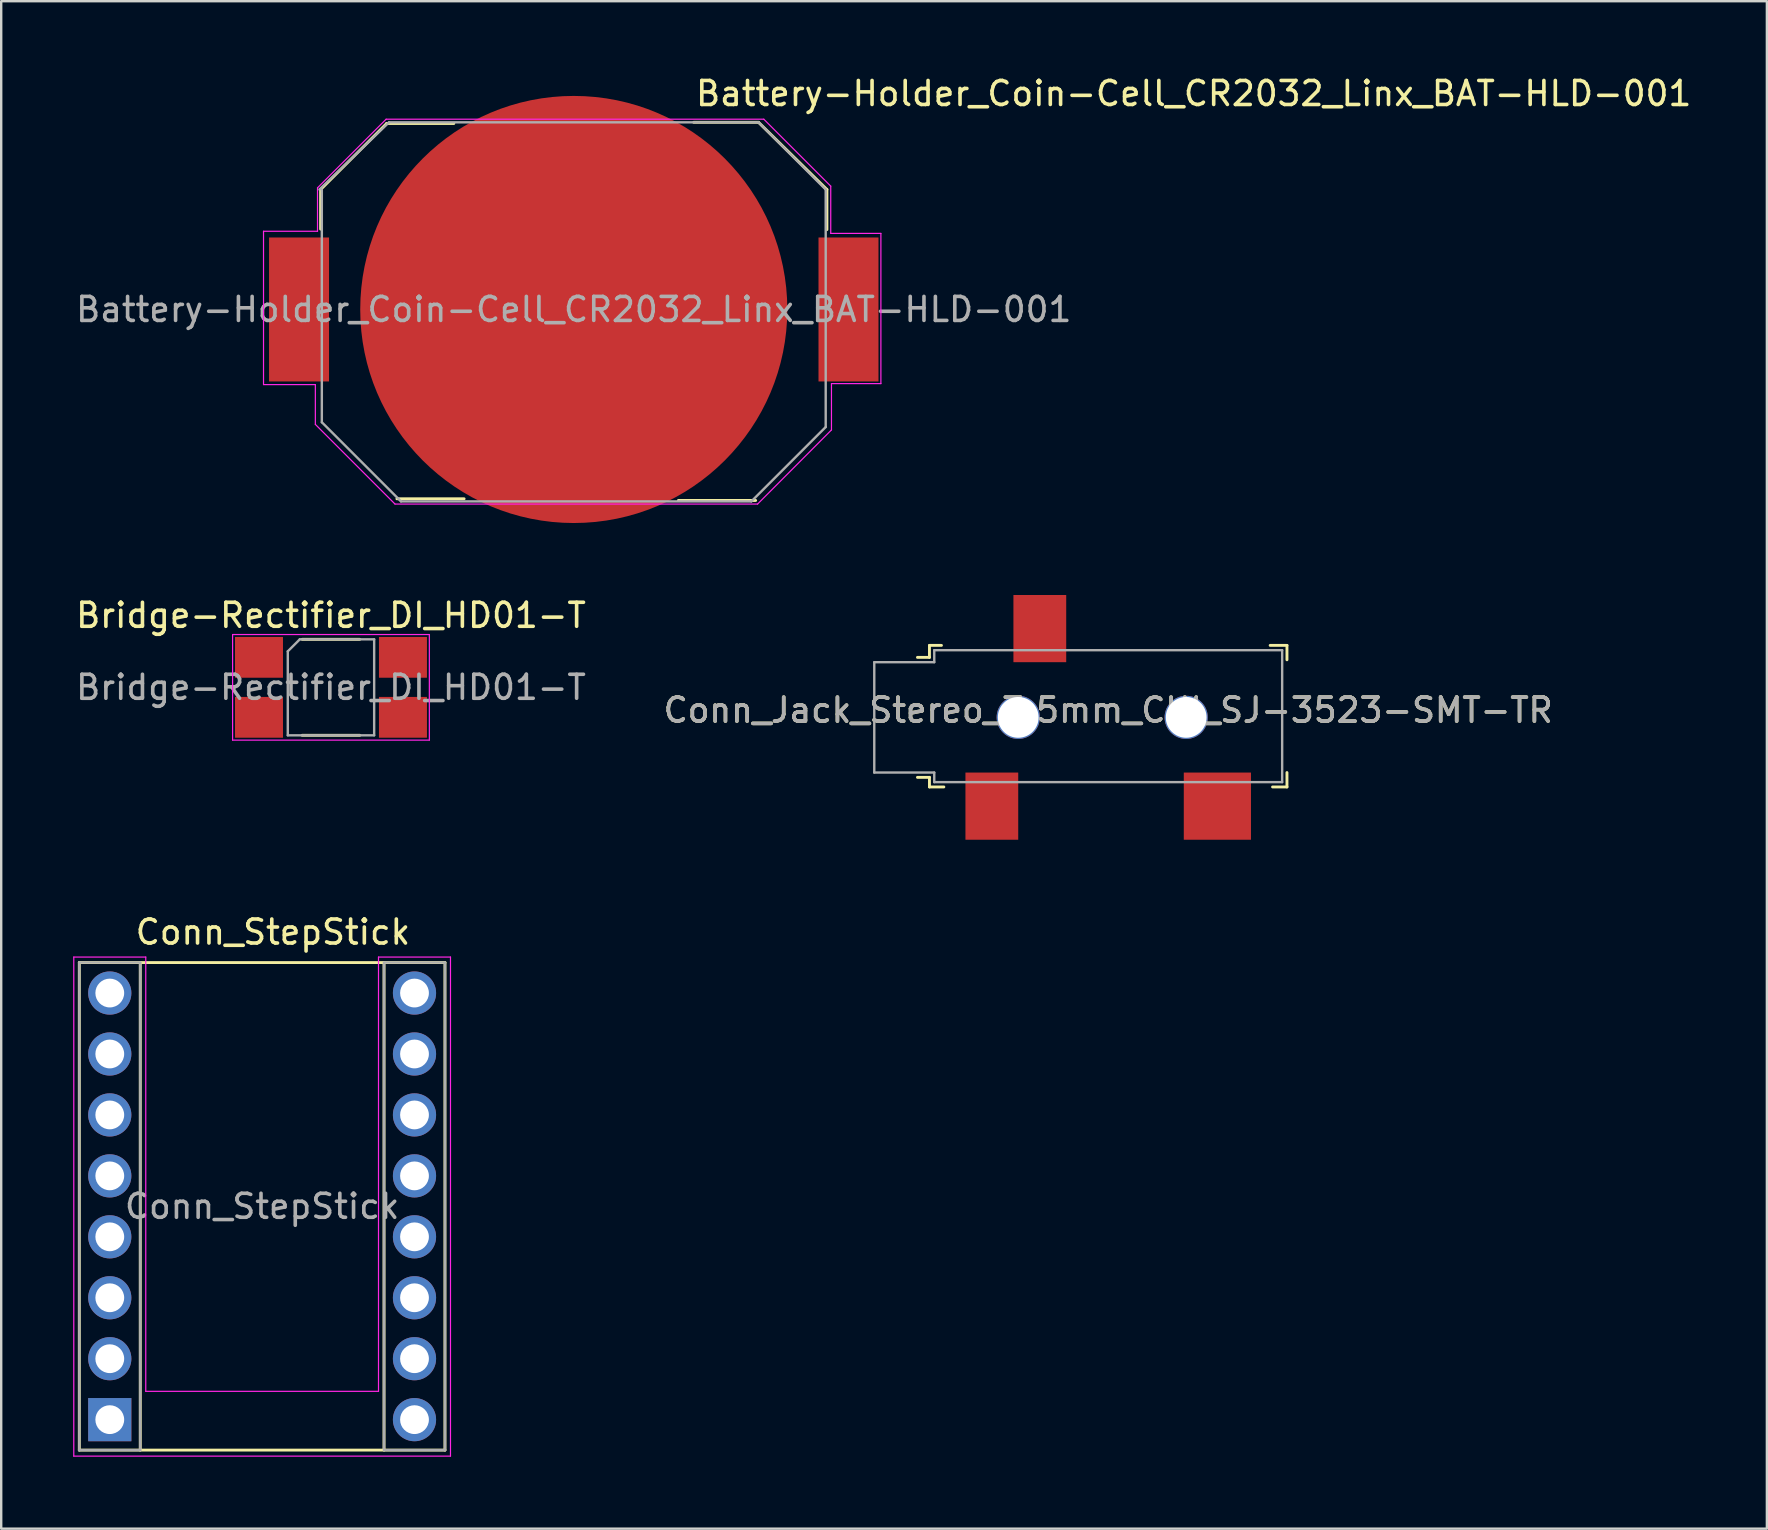
<source format=kicad_pcb>
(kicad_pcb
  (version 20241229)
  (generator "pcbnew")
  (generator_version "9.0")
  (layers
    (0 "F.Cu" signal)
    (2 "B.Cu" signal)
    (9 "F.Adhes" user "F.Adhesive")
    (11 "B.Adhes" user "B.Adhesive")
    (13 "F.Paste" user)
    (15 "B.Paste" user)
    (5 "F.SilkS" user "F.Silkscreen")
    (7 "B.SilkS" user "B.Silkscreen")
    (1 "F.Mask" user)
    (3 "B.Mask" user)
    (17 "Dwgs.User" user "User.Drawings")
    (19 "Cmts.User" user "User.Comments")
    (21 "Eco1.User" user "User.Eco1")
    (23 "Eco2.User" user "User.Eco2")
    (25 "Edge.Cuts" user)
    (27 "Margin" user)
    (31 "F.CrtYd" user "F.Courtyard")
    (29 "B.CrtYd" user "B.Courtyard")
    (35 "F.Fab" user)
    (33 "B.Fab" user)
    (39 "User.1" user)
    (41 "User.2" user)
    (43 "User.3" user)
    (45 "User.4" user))
  (footprint "Conn_StepStick"
    (layer "F.Cu")
    (at 1.525 56.117)
    (property "Reference" "Conn_StepStick" (at 6.8 -20.32 0) (layer "F.SilkS") (effects (font (size 1 1) (thickness 0.15))))
    (attr through_hole)
    (fp_line (start -1.27 -19.05) (end 13.97 -19.05) (stroke (width 0.12) (type solid)) (layer "F.SilkS"))
    (fp_line (start -1.27 1.27) (end -1.27 -19.05) (stroke (width 0.12) (type solid)) (layer "F.SilkS"))
    (fp_line (start 1.27 -19.05) (end 1.27 1.27) (stroke (width 0.12) (type solid)) (layer "F.SilkS"))
    (fp_line (start 11.43 -19.05) (end 11.43 1.27) (stroke (width 0.12) (type solid)) (layer "F.SilkS"))
    (fp_line (start 13.97 -19.05) (end 13.97 1.27) (stroke (width 0.12) (type solid)) (layer "F.SilkS"))
    (fp_line (start 13.97 1.27) (end -1.27 1.27) (stroke (width 0.12) (type solid)) (layer "F.SilkS"))
    (fp_line (start -1.5 -19.28) (end 1.5 -19.28) (stroke (width 0.05) (type solid)) (layer "F.CrtYd"))
    (fp_line (start -1.5 1.52) (end -1.5 -19.28) (stroke (width 0.05) (type solid)) (layer "F.CrtYd"))
    (fp_line (start 1.5 -1.18) (end 1.5 -19.28) (stroke (width 0.05) (type solid)) (layer "F.CrtYd"))
    (fp_line (start 11.2 -19.28) (end 11.2 -1.18) (stroke (width 0.05) (type solid)) (layer "F.CrtYd"))
    (fp_line (start 11.2 -1.18) (end 1.5 -1.18) (stroke (width 0.05) (type solid)) (layer "F.CrtYd"))
    (fp_line (start 14.2 -19.28) (end 11.2 -19.28) (stroke (width 0.05) (type solid)) (layer "F.CrtYd"))
    (fp_line (start 14.2 1.52) (end -1.5 1.52) (stroke (width 0.05) (type solid)) (layer "F.CrtYd"))
    (fp_line (start 14.2 1.52) (end 14.2 -19.28) (stroke (width 0.05) (type solid)) (layer "F.CrtYd"))
    (fp_line (start -1.27 -19.05) (end 1.27 -19.05) (stroke (width 0.1) (type solid)) (layer "F.Fab"))
    (fp_line (start -1.27 1.27) (end -1.27 -19.05) (stroke (width 0.1) (type solid)) (layer "F.Fab"))
    (fp_line (start 1.27 -19.05) (end 1.27 1.27) (stroke (width 0.1) (type solid)) (layer "F.Fab"))
    (fp_line (start 1.27 1.27) (end -1.27 1.27) (stroke (width 0.1) (type solid)) (layer "F.Fab"))
    (fp_line (start 11.43 -19.05) (end 13.97 -19.05) (stroke (width 0.1) (type solid)) (layer "F.Fab"))
    (fp_line (start 11.43 1.27) (end 11.43 -19.05) (stroke (width 0.1) (type solid)) (layer "F.Fab"))
    (fp_line (start 13.97 -19.05) (end 13.97 1.27) (stroke (width 0.1) (type solid)) (layer "F.Fab"))
    (fp_line (start 13.97 1.27) (end 11.43 1.27) (stroke (width 0.1) (type solid)) (layer "F.Fab"))
    (fp_text user "${REFERENCE}" (at 6.35 -8.89 0) (layer "F.Fab") (effects (font (size 1 1) (thickness 0.15))))
    (pad "1" thru_hole rect (at 0 0) (size 1.8 1.8) (drill 1.2) (layers "*.Cu" "*.Mask"))
    (pad "2" thru_hole circle (at 0 -2.54) (size 1.8 1.8) (drill 1.2) (layers "*.Cu" "*.Mask"))
    (pad "3" thru_hole circle (at 0 -5.08) (size 1.8 1.8) (drill 1.2) (layers "*.Cu" "*.Mask"))
    (pad "4" thru_hole circle (at 0 -7.62) (size 1.8 1.8) (drill 1.2) (layers "*.Cu" "*.Mask"))
    (pad "5" thru_hole circle (at 0 -10.16) (size 1.8 1.8) (drill 1.2) (layers "*.Cu" "*.Mask"))
    (pad "6" thru_hole circle (at 0 -12.7) (size 1.8 1.8) (drill 1.2) (layers "*.Cu" "*.Mask"))
    (pad "7" thru_hole circle (at 0 -15.24) (size 1.8 1.8) (drill 1.2) (layers "*.Cu" "*.Mask"))
    (pad "8" thru_hole circle (at 0 -17.78) (size 1.8 1.8) (drill 1.2) (layers "*.Cu" "*.Mask"))
    (pad "9" thru_hole circle (at 12.7 -17.78) (size 1.8 1.8) (drill 1.2) (layers "*.Cu" "*.Mask"))
    (pad "10" thru_hole circle (at 12.7 -15.24) (size 1.8 1.8) (drill 1.2) (layers "*.Cu" "*.Mask"))
    (pad "11" thru_hole circle (at 12.7 -12.7) (size 1.8 1.8) (drill 1.2) (layers "*.Cu" "*.Mask"))
    (pad "12" thru_hole circle (at 12.7 -10.16) (size 1.8 1.8) (drill 1.2) (layers "*.Cu" "*.Mask"))
    (pad "13" thru_hole circle (at 12.7 -7.62) (size 1.8 1.8) (drill 1.2) (layers "*.Cu" "*.Mask"))
    (pad "14" thru_hole circle (at 12.7 -5.08) (size 1.8 1.8) (drill 1.2) (layers "*.Cu" "*.Mask"))
    (pad "15" thru_hole circle (at 12.7 -2.54) (size 1.8 1.8) (drill 1.2) (layers "*.Cu" "*.Mask"))
    (pad "16" thru_hole circle (at 12.7 0) (size 1.8 1.8) (drill 1.2) (layers "*.Cu" "*.Mask")))
  (footprint "Battery-Holder_Coin-Cell_CR2032_Linx_BAT-HLD-001"
    (layer "F.Cu")
    (at 20.863 9.848)
    (property "Reference" "Battery-Holder_Coin-Cell_CR2032_Linx_BAT-HLD-001" (at 5 -9 0) (layer "F.SilkS") (effects (font (size 1 1) (thickness 0.15)) (justify left)))
    (attr smd)
    (fp_line (start -10.55 -5) (end -10.55 -3.35) (stroke (width 0.12) (type solid)) (layer "F.SilkS"))
    (fp_line (start -7.8 -7.75) (end -10.55 -5) (stroke (width 0.12) (type solid)) (layer "F.SilkS"))
    (fp_line (start -7.8 -7.75) (end -5 -7.75) (stroke (width 0.12) (type solid)) (layer "F.SilkS"))
    (fp_line (start -7.37 7.89) (end -4.57 7.89) (stroke (width 0.12) (type solid)) (layer "F.SilkS"))
    (fp_line (start 5 -7.8) (end 7.7 -7.8) (stroke (width 0.12) (type solid)) (layer "F.SilkS"))
    (fp_line (start 7.58 7.96) (end 4.36 7.96) (stroke (width 0.12) (type solid)) (layer "F.SilkS"))
    (fp_line (start 7.7 -7.8) (end 10.55 -5) (stroke (width 0.12) (type solid)) (layer "F.SilkS"))
    (fp_line (start 10.55 -5) (end 10.55 -3.33) (stroke (width 0.12) (type solid)) (layer "F.SilkS"))
    (fp_line (start -12.93 -3.26) (end -10.68 -3.26) (stroke (width 0.05) (type solid)) (layer "F.CrtYd"))
    (fp_line (start -12.93 3.13) (end -12.93 -3.26) (stroke (width 0.05) (type solid)) (layer "F.CrtYd"))
    (fp_line (start -10.77 3.13) (end -12.93 3.13) (stroke (width 0.05) (type solid)) (layer "F.CrtYd"))
    (fp_line (start -10.77 4.79) (end -10.77 3.13) (stroke (width 0.05) (type solid)) (layer "F.CrtYd"))
    (fp_line (start -10.68 -5.07) (end -7.82 -7.93) (stroke (width 0.05) (type solid)) (layer "F.CrtYd"))
    (fp_line (start -10.68 -3.26) (end -10.68 -5.07) (stroke (width 0.05) (type solid)) (layer "F.CrtYd"))
    (fp_line (start -7.82 -7.93) (end 7.92 -7.93) (stroke (width 0.05) (type solid)) (layer "F.CrtYd"))
    (fp_line (start -7.45 8.11) (end -10.77 4.79) (stroke (width 0.05) (type solid)) (layer "F.CrtYd"))
    (fp_line (start 7.66 8.11) (end -7.45 8.11) (stroke (width 0.05) (type solid)) (layer "F.CrtYd"))
    (fp_line (start 7.92 -7.93) (end 10.71 -5.14) (stroke (width 0.05) (type solid)) (layer "F.CrtYd"))
    (fp_line (start 10.71 -5.14) (end 10.71 -3.17) (stroke (width 0.05) (type solid)) (layer "F.CrtYd"))
    (fp_line (start 10.71 -3.17) (end 12.8 -3.17) (stroke (width 0.05) (type solid)) (layer "F.CrtYd"))
    (fp_line (start 10.74 3.09) (end 10.74 5.02) (stroke (width 0.05) (type solid)) (layer "F.CrtYd"))
    (fp_line (start 10.74 5.02) (end 7.66 8.11) (stroke (width 0.05) (type solid)) (layer "F.CrtYd"))
    (fp_line (start 12.8 -3.17) (end 12.8 3.09) (stroke (width 0.05) (type solid)) (layer "F.CrtYd"))
    (fp_line (start 12.8 3.09) (end 10.74 3.09) (stroke (width 0.05) (type solid)) (layer "F.CrtYd"))
    (fp_line (start -10.6 -5) (end -7.7 -7.8) (stroke (width 0.1) (type solid)) (layer "F.Fab"))
    (fp_line (start -10.5 4.7) (end -10.5 -5) (stroke (width 0.1) (type solid)) (layer "F.Fab"))
    (fp_line (start -7.7 -7.8) (end 7.7 -7.8) (stroke (width 0.1) (type solid)) (layer "F.Fab"))
    (fp_line (start -7.2 8) (end -10.5 4.7) (stroke (width 0.1) (type solid)) (layer "F.Fab"))
    (fp_line (start 7.4 8) (end -7.2 8) (stroke (width 0.1) (type solid)) (layer "F.Fab"))
    (fp_line (start 7.7 -7.8) (end 10.5 -5) (stroke (width 0.1) (type solid)) (layer "F.Fab"))
    (fp_line (start 10.5 -5) (end 10.5 4.9) (stroke (width 0.1) (type solid)) (layer "F.Fab"))
    (fp_line (start 10.5 4.9) (end 7.4 8) (stroke (width 0.1) (type solid)) (layer "F.Fab"))
    (fp_text user "${REFERENCE}" (at 0 0 0) (layer "F.Fab") (effects (font (size 1 1) (thickness 0.15))))
    (pad "1" smd rect (at -11.45 0) (size 2.5 6) (layers "F.Cu" "F.Mask" "F.Paste"))
    (pad "1" smd rect (at 11.45 0) (size 2.5 6) (layers "F.Cu" "F.Mask" "F.Paste"))
    (pad "2" smd circle (at 0 0) (size 17.8 17.8) (layers "F.Cu" "F.Mask" "F.Paste")))
  (footprint "Conn_Jack_Stereo_3.5mm_CUI_SJ-3523-SMT-TR"
    (layer "F.Cu")
    (at 43.137 26.548)
    (property "Reference" "Conn_Jack_Stereo_3.5mm_CUI_SJ-3523-SMT-TR" (at 0 0 0) (unlocked yes) (layer "F.SilkS") (effects (font (size 1 1) (thickness 0.15))))
    (attr smd)
    (fp_line (start -7.45 -2.7) (end -7.45 -2.2) (stroke (width 0.12) (type solid)) (layer "F.SilkS"))
    (fp_line (start -7.45 -2.2) (end -7.95 -2.2) (stroke (width 0.12) (type solid)) (layer "F.SilkS"))
    (fp_line (start -7.45 2.8) (end -7.95 2.8) (stroke (width 0.12) (type solid)) (layer "F.SilkS"))
    (fp_line (start -7.45 3.2) (end -7.45 2.8) (stroke (width 0.12) (type solid)) (layer "F.SilkS"))
    (fp_line (start -6.95 -2.7) (end -7.45 -2.7) (stroke (width 0.12) (type solid)) (layer "F.SilkS"))
    (fp_line (start -6.85 3.2) (end -7.45 3.2) (stroke (width 0.12) (type solid)) (layer "F.SilkS"))
    (fp_line (start 6.75 -2.7) (end 7.45 -2.7) (stroke (width 0.12) (type solid)) (layer "F.SilkS"))
    (fp_line (start 7.45 -2.7) (end 7.45 -2.1) (stroke (width 0.12) (type solid)) (layer "F.SilkS"))
    (fp_line (start 7.45 2.6) (end 7.45 3.2) (stroke (width 0.12) (type solid)) (layer "F.SilkS"))
    (fp_line (start 7.45 3.2) (end 6.85 3.2) (stroke (width 0.12) (type solid)) (layer "F.SilkS"))
    (fp_line (start -9.75 -2) (end -7.25 -2) (stroke (width 0.1) (type solid)) (layer "F.Fab"))
    (fp_line (start -9.75 2.6) (end -9.75 -2) (stroke (width 0.1) (type solid)) (layer "F.Fab"))
    (fp_line (start -7.25 -2.5) (end 7.25 -2.5) (stroke (width 0.1) (type solid)) (layer "F.Fab"))
    (fp_line (start -7.25 -2) (end -7.25 -2.5) (stroke (width 0.1) (type solid)) (layer "F.Fab"))
    (fp_line (start -7.25 2.6) (end -9.75 2.6) (stroke (width 0.1) (type solid)) (layer "F.Fab"))
    (fp_line (start -7.25 3) (end -7.25 2.6) (stroke (width 0.1) (type solid)) (layer "F.Fab"))
    (fp_line (start 7.25 -2.5) (end 7.25 3) (stroke (width 0.1) (type solid)) (layer "F.Fab"))
    (fp_line (start 7.25 3) (end -7.25 3) (stroke (width 0.1) (type solid)) (layer "F.Fab"))
    (fp_text user "${REFERENCE}" (at 0 0 0) (unlocked yes) (layer "F.Fab") (effects (font (size 1 1) (thickness 0.15))))
    (pad "1" smd rect (at -4.85 4) (size 2.2 2.8) (layers "F.Cu" "F.Mask" "F.Paste"))
    (pad "2" thru_hole circle (at -3.75 0.3) (size 1.8 1.8) (drill 1.7) (layers "*.Cu" "*.Mask"))
    (pad "2" thru_hole circle (at 3.25 0.3) (size 1.8 1.8) (drill 1.7) (layers "*.Cu" "*.Mask"))
    (pad "2" smd rect (at 4.55 4) (size 2.8 2.8) (layers "F.Cu" "F.Mask" "F.Paste"))
    (pad "3" smd rect (at -2.85 -3.4) (size 2.2 2.8) (layers "F.Cu" "F.Mask" "F.Paste")))
  (footprint "Bridge-Rectifier_DI_HD01-T"
    (layer "F.Cu")
    (at 10.744 25.596)
    (property "Reference" "Bridge-Rectifier_DI_HD01-T" (at 0 -3 0) (layer "F.SilkS") (effects (font (size 1 1) (thickness 0.15))))
    (attr smd)
    (fp_line (start -1.2 -2) (end 1.2 -2) (stroke (width 0.12) (type solid)) (layer "F.SilkS"))
    (fp_line (start -1.2 2) (end 1.2 2) (stroke (width 0.12) (type solid)) (layer "F.SilkS"))
    (fp_line (start -4.1 -2.2) (end -4.1 2.2) (stroke (width 0.05) (type solid)) (layer "F.CrtYd"))
    (fp_line (start -4.1 2.2) (end 4.1 2.2) (stroke (width 0.05) (type solid)) (layer "F.CrtYd"))
    (fp_line (start 4.1 -2.2) (end -4.1 -2.2) (stroke (width 0.05) (type solid)) (layer "F.CrtYd"))
    (fp_line (start 4.1 2.2) (end 4.1 -2.2) (stroke (width 0.05) (type solid)) (layer "F.CrtYd"))
    (fp_line (start -1.8 -1.5) (end -1.3 -2) (stroke (width 0.1) (type solid)) (layer "F.Fab"))
    (fp_line (start -1.8 2) (end -1.8 -1.5) (stroke (width 0.1) (type solid)) (layer "F.Fab"))
    (fp_line (start -1.3 -2) (end 1.8 -2) (stroke (width 0.1) (type solid)) (layer "F.Fab"))
    (fp_line (start 1.8 -2) (end 1.8 2) (stroke (width 0.1) (type solid)) (layer "F.Fab"))
    (fp_line (start 1.8 2) (end -1.8 2) (stroke (width 0.1) (type solid)) (layer "F.Fab"))
    (fp_text user "${REFERENCE}" (at 0 0 0) (layer "F.Fab") (effects (font (size 1 1) (thickness 0.15))))
    (pad "1" smd rect (at -3 -1.25) (size 2 1.7) (layers "F.Cu" "F.Mask" "F.Paste"))
    (pad "2" smd rect (at -3 1.25) (size 2 1.7) (layers "F.Cu" "F.Mask" "F.Paste"))
    (pad "3" smd rect (at 3 1.25) (size 2 1.7) (layers "F.Cu" "F.Mask" "F.Paste"))
    (pad "4" smd rect (at 3 -1.25) (size 2 1.7) (layers "F.Cu" "F.Mask" "F.Paste")))
  (gr_rect
    (start -3 -3)
    (end 70.589 60.661)
    (stroke (width 0.1) (type default))
    (fill no)
    (layer "Edge.Cuts")))
</source>
